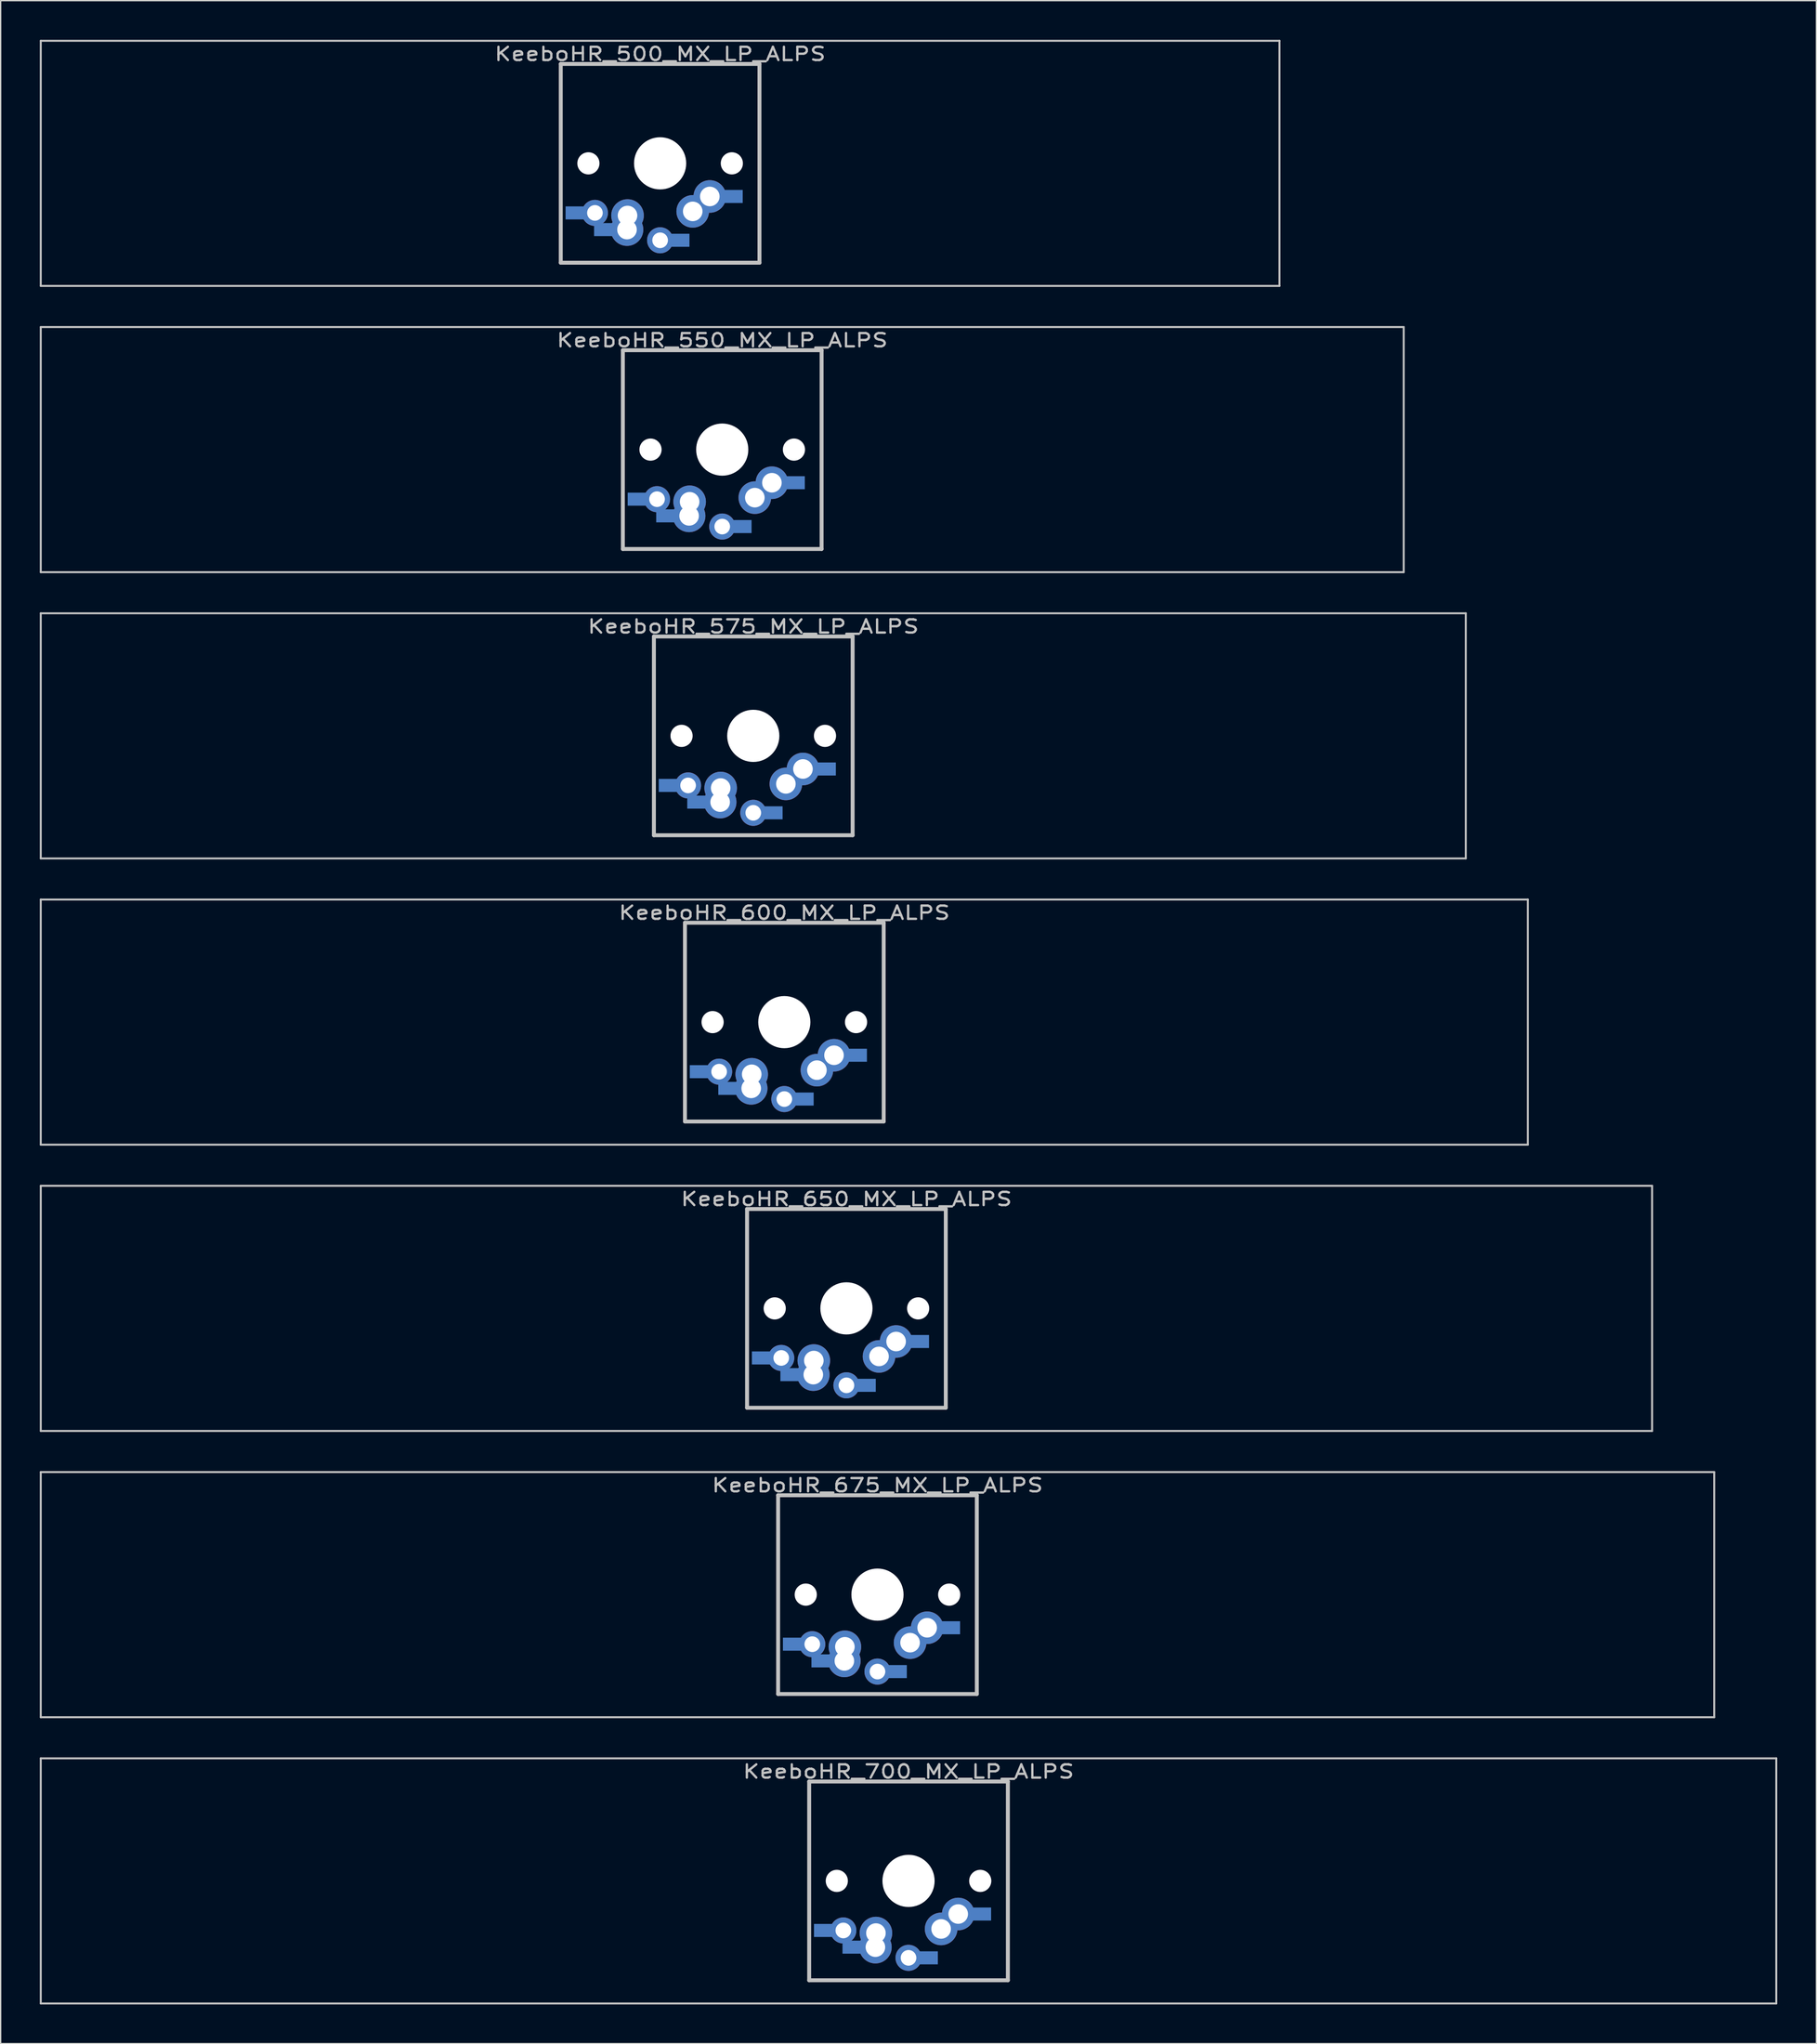
<source format=kicad_pcb>
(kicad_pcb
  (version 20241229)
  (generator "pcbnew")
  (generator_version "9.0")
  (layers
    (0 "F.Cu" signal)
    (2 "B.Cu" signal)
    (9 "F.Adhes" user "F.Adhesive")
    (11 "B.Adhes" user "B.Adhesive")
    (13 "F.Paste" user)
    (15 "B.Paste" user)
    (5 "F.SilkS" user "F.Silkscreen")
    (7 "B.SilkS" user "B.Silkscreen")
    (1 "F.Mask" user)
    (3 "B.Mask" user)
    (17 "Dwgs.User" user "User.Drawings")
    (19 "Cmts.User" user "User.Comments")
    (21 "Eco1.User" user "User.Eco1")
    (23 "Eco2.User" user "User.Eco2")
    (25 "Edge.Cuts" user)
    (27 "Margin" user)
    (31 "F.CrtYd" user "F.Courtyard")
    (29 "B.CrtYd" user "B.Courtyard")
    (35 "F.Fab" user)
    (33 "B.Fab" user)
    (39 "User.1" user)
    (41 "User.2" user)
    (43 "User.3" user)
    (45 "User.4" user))
  (footprint "KeeboHR_550_MX_LP_ALPS"
    (layer "B.Cu")
    (at 52.337 31.423)
    (property "Reference" "KeeboHR_550_MX_LP_ALPS" (at 0 -8.382 0) (layer "Dwgs.User") (effects (font (size 1.016 1.27) (thickness 0.178))))
    (attr through_hole)
    (fp_line (start -52.261 -9.398) (end 52.261 -9.398) (stroke (width 0.152) (type solid)) (layer "Dwgs.User"))
    (fp_line (start -52.261 9.398) (end -52.261 -9.398) (stroke (width 0.152) (type solid)) (layer "Dwgs.User"))
    (fp_line (start -7.62 -7.62) (end 7.62 -7.62) (stroke (width 0.3) (type solid)) (layer "Dwgs.User"))
    (fp_line (start -7.62 7.62) (end -7.62 -7.62) (stroke (width 0.3) (type solid)) (layer "Dwgs.User"))
    (fp_line (start 7.62 -7.62) (end 7.62 7.62) (stroke (width 0.3) (type solid)) (layer "Dwgs.User"))
    (fp_line (start 7.62 7.62) (end -7.62 7.62) (stroke (width 0.3) (type solid)) (layer "Dwgs.User"))
    (fp_line (start 52.261 -9.398) (end 52.261 9.398) (stroke (width 0.152) (type solid)) (layer "Dwgs.User"))
    (fp_line (start 52.261 9.398) (end -52.261 9.398) (stroke (width 0.152) (type solid)) (layer "Dwgs.User"))
    (pad "" np_thru_hole circle (at -5.5 0) (size 1.7 1.7) (drill 1.7) (layers "*.Cu" "*.Mask"))
    (pad "" np_thru_hole circle (at 0 0) (size 4 4) (drill 4) (layers "*.Cu" "*.Mask"))
    (pad "" np_thru_hole circle (at 5.5 0) (size 1.7 1.7) (drill 1.7) (layers "*.Cu" "*.Mask"))
    (pad "1" thru_hole circle (at 0 5.9) (size 2 2) (drill 1.2) (layers "*.Cu" "*.Mask"))
    (pad "1" smd rect (at 1.25 5.9) (size 2 1) (layers "B.Cu" "B.Mask"))
    (pad "1" thru_hole circle (at 2.5 3.683) (size 2.5 2.5) (drill 1.5) (layers "*.Cu" "*.Mask"))
    (pad "1" thru_hole circle (at 3.81 2.54) (size 2.5 2.5) (drill 1.5) (layers "*.Cu" "*.Mask"))
    (pad "1" smd rect (at 5.334 2.54) (size 2 1) (layers "B.Cu" "B.Mask"))
    (pad "2" smd rect (at -6.25 3.8) (size 2 1) (layers "B.Cu" "B.Mask"))
    (pad "2" thru_hole circle (at -5 3.8) (size 2 2) (drill 1.2) (layers "*.Cu" "*.Mask"))
    (pad "2" smd rect (at -4.064 5.08) (size 2 1) (layers "B.Cu" "B.Mask"))
    (pad "2" thru_hole circle (at -2.54 5.08) (size 2.5 2.5) (drill 1.5) (layers "*.Cu" "*.Mask"))
    (pad "2" thru_hole circle (at -2.5 4) (size 2.5 2.5) (drill 1.5) (layers "*.Cu" "*.Mask")))
  (footprint "KeeboHR_675_MX_LP_ALPS"
    (layer "B.Cu")
    (at 64.243 119.216)
    (property "Reference" "KeeboHR_675_MX_LP_ALPS" (at 0 -8.382 0) (layer "Dwgs.User") (effects (font (size 1.016 1.27) (thickness 0.178))))
    (attr through_hole)
    (fp_line (start -64.167 -9.398) (end 64.167 -9.398) (stroke (width 0.152) (type solid)) (layer "Dwgs.User"))
    (fp_line (start -64.167 9.398) (end -64.167 -9.398) (stroke (width 0.152) (type solid)) (layer "Dwgs.User"))
    (fp_line (start -7.62 -7.62) (end 7.62 -7.62) (stroke (width 0.3) (type solid)) (layer "Dwgs.User"))
    (fp_line (start -7.62 7.62) (end -7.62 -7.62) (stroke (width 0.3) (type solid)) (layer "Dwgs.User"))
    (fp_line (start 7.62 -7.62) (end 7.62 7.62) (stroke (width 0.3) (type solid)) (layer "Dwgs.User"))
    (fp_line (start 7.62 7.62) (end -7.62 7.62) (stroke (width 0.3) (type solid)) (layer "Dwgs.User"))
    (fp_line (start 64.167 -9.398) (end 64.167 9.398) (stroke (width 0.152) (type solid)) (layer "Dwgs.User"))
    (fp_line (start 64.167 9.398) (end -64.167 9.398) (stroke (width 0.152) (type solid)) (layer "Dwgs.User"))
    (pad "" np_thru_hole circle (at -5.5 0) (size 1.7 1.7) (drill 1.7) (layers "*.Cu" "*.Mask"))
    (pad "" np_thru_hole circle (at 0 0) (size 4 4) (drill 4) (layers "*.Cu" "*.Mask"))
    (pad "" np_thru_hole circle (at 5.5 0) (size 1.7 1.7) (drill 1.7) (layers "*.Cu" "*.Mask"))
    (pad "1" thru_hole circle (at 0 5.9) (size 2 2) (drill 1.2) (layers "*.Cu" "*.Mask"))
    (pad "1" smd rect (at 1.25 5.9) (size 2 1) (layers "B.Cu" "B.Mask"))
    (pad "1" thru_hole circle (at 2.5 3.683) (size 2.5 2.5) (drill 1.5) (layers "*.Cu" "*.Mask"))
    (pad "1" thru_hole circle (at 3.81 2.54) (size 2.5 2.5) (drill 1.5) (layers "*.Cu" "*.Mask"))
    (pad "1" smd rect (at 5.334 2.54) (size 2 1) (layers "B.Cu" "B.Mask"))
    (pad "2" smd rect (at -6.25 3.8) (size 2 1) (layers "B.Cu" "B.Mask"))
    (pad "2" thru_hole circle (at -5 3.8) (size 2 2) (drill 1.2) (layers "*.Cu" "*.Mask"))
    (pad "2" smd rect (at -4.064 5.08) (size 2 1) (layers "B.Cu" "B.Mask"))
    (pad "2" thru_hole circle (at -2.54 5.08) (size 2.5 2.5) (drill 1.5) (layers "*.Cu" "*.Mask"))
    (pad "2" thru_hole circle (at -2.5 4) (size 2.5 2.5) (drill 1.5) (layers "*.Cu" "*.Mask")))
  (footprint "KeeboHR_600_MX_LP_ALPS"
    (layer "B.Cu")
    (at 57.099 75.319)
    (property "Reference" "KeeboHR_600_MX_LP_ALPS" (at 0 -8.382 0) (layer "Dwgs.User") (effects (font (size 1.016 1.27) (thickness 0.178))))
    (attr through_hole)
    (fp_line (start -57.023 -9.398) (end 57.023 -9.398) (stroke (width 0.152) (type solid)) (layer "Dwgs.User"))
    (fp_line (start -57.023 9.398) (end -57.023 -9.398) (stroke (width 0.152) (type solid)) (layer "Dwgs.User"))
    (fp_line (start -7.62 -7.62) (end 7.62 -7.62) (stroke (width 0.3) (type solid)) (layer "Dwgs.User"))
    (fp_line (start -7.62 7.62) (end -7.62 -7.62) (stroke (width 0.3) (type solid)) (layer "Dwgs.User"))
    (fp_line (start 7.62 -7.62) (end 7.62 7.62) (stroke (width 0.3) (type solid)) (layer "Dwgs.User"))
    (fp_line (start 7.62 7.62) (end -7.62 7.62) (stroke (width 0.3) (type solid)) (layer "Dwgs.User"))
    (fp_line (start 57.023 -9.398) (end 57.023 9.398) (stroke (width 0.152) (type solid)) (layer "Dwgs.User"))
    (fp_line (start 57.023 9.398) (end -57.023 9.398) (stroke (width 0.152) (type solid)) (layer "Dwgs.User"))
    (pad "" np_thru_hole circle (at -5.5 0) (size 1.7 1.7) (drill 1.7) (layers "*.Cu" "*.Mask"))
    (pad "" np_thru_hole circle (at 0 0) (size 4 4) (drill 4) (layers "*.Cu" "*.Mask"))
    (pad "" np_thru_hole circle (at 5.5 0) (size 1.7 1.7) (drill 1.7) (layers "*.Cu" "*.Mask"))
    (pad "1" thru_hole circle (at 0 5.9) (size 2 2) (drill 1.2) (layers "*.Cu" "*.Mask"))
    (pad "1" smd rect (at 1.25 5.9) (size 2 1) (layers "B.Cu" "B.Mask"))
    (pad "1" thru_hole circle (at 2.5 3.683) (size 2.5 2.5) (drill 1.5) (layers "*.Cu" "*.Mask"))
    (pad "1" thru_hole circle (at 3.81 2.54) (size 2.5 2.5) (drill 1.5) (layers "*.Cu" "*.Mask"))
    (pad "1" smd rect (at 5.334 2.54) (size 2 1) (layers "B.Cu" "B.Mask"))
    (pad "2" smd rect (at -6.25 3.8) (size 2 1) (layers "B.Cu" "B.Mask"))
    (pad "2" thru_hole circle (at -5 3.8) (size 2 2) (drill 1.2) (layers "*.Cu" "*.Mask"))
    (pad "2" smd rect (at -4.064 5.08) (size 2 1) (layers "B.Cu" "B.Mask"))
    (pad "2" thru_hole circle (at -2.54 5.08) (size 2.5 2.5) (drill 1.5) (layers "*.Cu" "*.Mask"))
    (pad "2" thru_hole circle (at -2.5 4) (size 2.5 2.5) (drill 1.5) (layers "*.Cu" "*.Mask")))
  (footprint "KeeboHR_575_MX_LP_ALPS"
    (layer "B.Cu")
    (at 54.718 53.371)
    (property "Reference" "KeeboHR_575_MX_LP_ALPS" (at 0 -8.382 0) (layer "Dwgs.User") (effects (font (size 1.016 1.27) (thickness 0.178))))
    (attr through_hole)
    (fp_line (start -54.642 -9.398) (end 54.642 -9.398) (stroke (width 0.152) (type solid)) (layer "Dwgs.User"))
    (fp_line (start -54.642 9.398) (end -54.642 -9.398) (stroke (width 0.152) (type solid)) (layer "Dwgs.User"))
    (fp_line (start -7.62 -7.62) (end 7.62 -7.62) (stroke (width 0.3) (type solid)) (layer "Dwgs.User"))
    (fp_line (start -7.62 7.62) (end -7.62 -7.62) (stroke (width 0.3) (type solid)) (layer "Dwgs.User"))
    (fp_line (start 7.62 -7.62) (end 7.62 7.62) (stroke (width 0.3) (type solid)) (layer "Dwgs.User"))
    (fp_line (start 7.62 7.62) (end -7.62 7.62) (stroke (width 0.3) (type solid)) (layer "Dwgs.User"))
    (fp_line (start 54.642 -9.398) (end 54.642 9.398) (stroke (width 0.152) (type solid)) (layer "Dwgs.User"))
    (fp_line (start 54.642 9.398) (end -54.642 9.398) (stroke (width 0.152) (type solid)) (layer "Dwgs.User"))
    (pad "" np_thru_hole circle (at -5.5 0) (size 1.7 1.7) (drill 1.7) (layers "*.Cu" "*.Mask"))
    (pad "" np_thru_hole circle (at 0 0) (size 4 4) (drill 4) (layers "*.Cu" "*.Mask"))
    (pad "" np_thru_hole circle (at 5.5 0) (size 1.7 1.7) (drill 1.7) (layers "*.Cu" "*.Mask"))
    (pad "1" thru_hole circle (at 0 5.9) (size 2 2) (drill 1.2) (layers "*.Cu" "*.Mask"))
    (pad "1" smd rect (at 1.25 5.9) (size 2 1) (layers "B.Cu" "B.Mask"))
    (pad "1" thru_hole circle (at 2.5 3.683) (size 2.5 2.5) (drill 1.5) (layers "*.Cu" "*.Mask"))
    (pad "1" thru_hole circle (at 3.81 2.54) (size 2.5 2.5) (drill 1.5) (layers "*.Cu" "*.Mask"))
    (pad "1" smd rect (at 5.334 2.54) (size 2 1) (layers "B.Cu" "B.Mask"))
    (pad "2" smd rect (at -6.25 3.8) (size 2 1) (layers "B.Cu" "B.Mask"))
    (pad "2" thru_hole circle (at -5 3.8) (size 2 2) (drill 1.2) (layers "*.Cu" "*.Mask"))
    (pad "2" smd rect (at -4.064 5.08) (size 2 1) (layers "B.Cu" "B.Mask"))
    (pad "2" thru_hole circle (at -2.54 5.08) (size 2.5 2.5) (drill 1.5) (layers "*.Cu" "*.Mask"))
    (pad "2" thru_hole circle (at -2.5 4) (size 2.5 2.5) (drill 1.5) (layers "*.Cu" "*.Mask")))
  (footprint "KeeboHR_650_MX_LP_ALPS"
    (layer "B.Cu")
    (at 61.862 97.268)
    (property "Reference" "KeeboHR_650_MX_LP_ALPS" (at 0 -8.382 0) (layer "Dwgs.User") (effects (font (size 1.016 1.27) (thickness 0.178))))
    (attr through_hole)
    (fp_line (start -61.785 -9.398) (end 61.785 -9.398) (stroke (width 0.152) (type solid)) (layer "Dwgs.User"))
    (fp_line (start -61.785 9.398) (end -61.785 -9.398) (stroke (width 0.152) (type solid)) (layer "Dwgs.User"))
    (fp_line (start -7.62 -7.62) (end 7.62 -7.62) (stroke (width 0.3) (type solid)) (layer "Dwgs.User"))
    (fp_line (start -7.62 7.62) (end -7.62 -7.62) (stroke (width 0.3) (type solid)) (layer "Dwgs.User"))
    (fp_line (start 7.62 -7.62) (end 7.62 7.62) (stroke (width 0.3) (type solid)) (layer "Dwgs.User"))
    (fp_line (start 7.62 7.62) (end -7.62 7.62) (stroke (width 0.3) (type solid)) (layer "Dwgs.User"))
    (fp_line (start 61.785 -9.398) (end 61.785 9.398) (stroke (width 0.152) (type solid)) (layer "Dwgs.User"))
    (fp_line (start 61.785 9.398) (end -61.785 9.398) (stroke (width 0.152) (type solid)) (layer "Dwgs.User"))
    (pad "" np_thru_hole circle (at -5.5 0) (size 1.7 1.7) (drill 1.7) (layers "*.Cu" "*.Mask"))
    (pad "" np_thru_hole circle (at 0 0) (size 4 4) (drill 4) (layers "*.Cu" "*.Mask"))
    (pad "" np_thru_hole circle (at 5.5 0) (size 1.7 1.7) (drill 1.7) (layers "*.Cu" "*.Mask"))
    (pad "1" thru_hole circle (at 0 5.9) (size 2 2) (drill 1.2) (layers "*.Cu" "*.Mask"))
    (pad "1" smd rect (at 1.25 5.9) (size 2 1) (layers "B.Cu" "B.Mask"))
    (pad "1" thru_hole circle (at 2.5 3.683) (size 2.5 2.5) (drill 1.5) (layers "*.Cu" "*.Mask"))
    (pad "1" thru_hole circle (at 3.81 2.54) (size 2.5 2.5) (drill 1.5) (layers "*.Cu" "*.Mask"))
    (pad "1" smd rect (at 5.334 2.54) (size 2 1) (layers "B.Cu" "B.Mask"))
    (pad "2" smd rect (at -6.25 3.8) (size 2 1) (layers "B.Cu" "B.Mask"))
    (pad "2" thru_hole circle (at -5 3.8) (size 2 2) (drill 1.2) (layers "*.Cu" "*.Mask"))
    (pad "2" smd rect (at -4.064 5.08) (size 2 1) (layers "B.Cu" "B.Mask"))
    (pad "2" thru_hole circle (at -2.54 5.08) (size 2.5 2.5) (drill 1.5) (layers "*.Cu" "*.Mask"))
    (pad "2" thru_hole circle (at -2.5 4) (size 2.5 2.5) (drill 1.5) (layers "*.Cu" "*.Mask")))
  (footprint "KeeboHR_700_MX_LP_ALPS"
    (layer "B.Cu")
    (at 66.624 141.165)
    (property "Reference" "KeeboHR_700_MX_LP_ALPS" (at 0 -8.382 0) (layer "Dwgs.User") (effects (font (size 1.016 1.27) (thickness 0.178))))
    (attr through_hole)
    (fp_line (start -66.548 -9.398) (end 66.548 -9.398) (stroke (width 0.152) (type solid)) (layer "Dwgs.User"))
    (fp_line (start -66.548 9.398) (end -66.548 -9.398) (stroke (width 0.152) (type solid)) (layer "Dwgs.User"))
    (fp_line (start -7.62 -7.62) (end 7.62 -7.62) (stroke (width 0.3) (type solid)) (layer "Dwgs.User"))
    (fp_line (start -7.62 7.62) (end -7.62 -7.62) (stroke (width 0.3) (type solid)) (layer "Dwgs.User"))
    (fp_line (start 7.62 -7.62) (end 7.62 7.62) (stroke (width 0.3) (type solid)) (layer "Dwgs.User"))
    (fp_line (start 7.62 7.62) (end -7.62 7.62) (stroke (width 0.3) (type solid)) (layer "Dwgs.User"))
    (fp_line (start 66.548 -9.398) (end 66.548 9.398) (stroke (width 0.152) (type solid)) (layer "Dwgs.User"))
    (fp_line (start 66.548 9.398) (end -66.548 9.398) (stroke (width 0.152) (type solid)) (layer "Dwgs.User"))
    (pad "" np_thru_hole circle (at -5.5 0) (size 1.7 1.7) (drill 1.7) (layers "*.Cu" "*.Mask"))
    (pad "" np_thru_hole circle (at 0 0) (size 4 4) (drill 4) (layers "*.Cu" "*.Mask"))
    (pad "" np_thru_hole circle (at 5.5 0) (size 1.7 1.7) (drill 1.7) (layers "*.Cu" "*.Mask"))
    (pad "1" thru_hole circle (at 0 5.9) (size 2 2) (drill 1.2) (layers "*.Cu" "*.Mask"))
    (pad "1" smd rect (at 1.25 5.9) (size 2 1) (layers "B.Cu" "B.Mask"))
    (pad "1" thru_hole circle (at 2.5 3.683) (size 2.5 2.5) (drill 1.5) (layers "*.Cu" "*.Mask"))
    (pad "1" thru_hole circle (at 3.81 2.54) (size 2.5 2.5) (drill 1.5) (layers "*.Cu" "*.Mask"))
    (pad "1" smd rect (at 5.334 2.54) (size 2 1) (layers "B.Cu" "B.Mask"))
    (pad "2" smd rect (at -6.25 3.8) (size 2 1) (layers "B.Cu" "B.Mask"))
    (pad "2" thru_hole circle (at -5 3.8) (size 2 2) (drill 1.2) (layers "*.Cu" "*.Mask"))
    (pad "2" smd rect (at -4.064 5.08) (size 2 1) (layers "B.Cu" "B.Mask"))
    (pad "2" thru_hole circle (at -2.54 5.08) (size 2.5 2.5) (drill 1.5) (layers "*.Cu" "*.Mask"))
    (pad "2" thru_hole circle (at -2.5 4) (size 2.5 2.5) (drill 1.5) (layers "*.Cu" "*.Mask")))
  (footprint "KeeboHR_500_MX_LP_ALPS"
    (layer "B.Cu")
    (at 47.574 9.474)
    (property "Reference" "KeeboHR_500_MX_LP_ALPS" (at 0 -8.382 0) (layer "Dwgs.User") (effects (font (size 1.016 1.27) (thickness 0.178))))
    (attr through_hole)
    (fp_line (start -47.498 -9.398) (end 47.498 -9.398) (stroke (width 0.152) (type solid)) (layer "Dwgs.User"))
    (fp_line (start -47.498 9.398) (end -47.498 -9.398) (stroke (width 0.152) (type solid)) (layer "Dwgs.User"))
    (fp_line (start -7.62 -7.62) (end 7.62 -7.62) (stroke (width 0.3) (type solid)) (layer "Dwgs.User"))
    (fp_line (start -7.62 7.62) (end -7.62 -7.62) (stroke (width 0.3) (type solid)) (layer "Dwgs.User"))
    (fp_line (start 7.62 -7.62) (end 7.62 7.62) (stroke (width 0.3) (type solid)) (layer "Dwgs.User"))
    (fp_line (start 7.62 7.62) (end -7.62 7.62) (stroke (width 0.3) (type solid)) (layer "Dwgs.User"))
    (fp_line (start 47.498 -9.398) (end 47.498 9.398) (stroke (width 0.152) (type solid)) (layer "Dwgs.User"))
    (fp_line (start 47.498 9.398) (end -47.498 9.398) (stroke (width 0.152) (type solid)) (layer "Dwgs.User"))
    (pad "" np_thru_hole circle (at -5.5 0) (size 1.7 1.7) (drill 1.7) (layers "*.Cu" "*.Mask"))
    (pad "" np_thru_hole circle (at 0 0) (size 4 4) (drill 4) (layers "*.Cu" "*.Mask"))
    (pad "" np_thru_hole circle (at 5.5 0) (size 1.7 1.7) (drill 1.7) (layers "*.Cu" "*.Mask"))
    (pad "1" thru_hole circle (at 0 5.9) (size 2 2) (drill 1.2) (layers "*.Cu" "*.Mask"))
    (pad "1" smd rect (at 1.25 5.9) (size 2 1) (layers "B.Cu" "B.Mask"))
    (pad "1" thru_hole circle (at 2.5 3.683) (size 2.5 2.5) (drill 1.5) (layers "*.Cu" "*.Mask"))
    (pad "1" thru_hole circle (at 3.81 2.54) (size 2.5 2.5) (drill 1.5) (layers "*.Cu" "*.Mask"))
    (pad "1" smd rect (at 5.334 2.54) (size 2 1) (layers "B.Cu" "B.Mask"))
    (pad "2" smd rect (at -6.25 3.8) (size 2 1) (layers "B.Cu" "B.Mask"))
    (pad "2" thru_hole circle (at -5 3.8) (size 2 2) (drill 1.2) (layers "*.Cu" "*.Mask"))
    (pad "2" smd rect (at -4.064 5.08) (size 2 1) (layers "B.Cu" "B.Mask"))
    (pad "2" thru_hole circle (at -2.54 5.08) (size 2.5 2.5) (drill 1.5) (layers "*.Cu" "*.Mask"))
    (pad "2" thru_hole circle (at -2.5 4) (size 2.5 2.5) (drill 1.5) (layers "*.Cu" "*.Mask")))
  (gr_rect
    (start -3 -3)
    (end 136.248 153.639)
    (stroke (width 0.1) (type default))
    (fill no)
    (layer "Edge.Cuts")))
</source>
